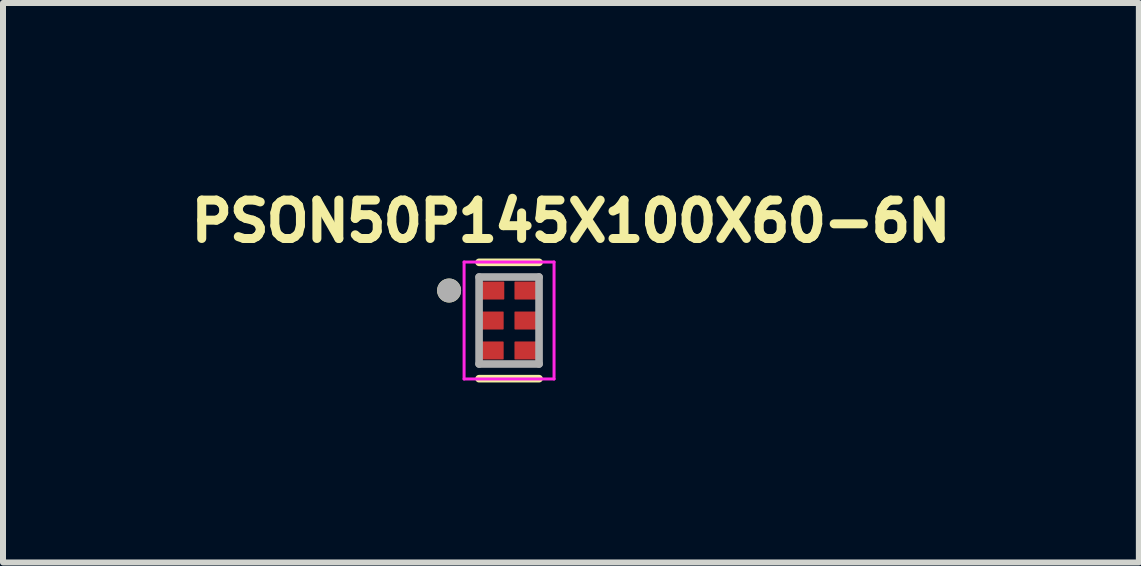
<source format=kicad_pcb>
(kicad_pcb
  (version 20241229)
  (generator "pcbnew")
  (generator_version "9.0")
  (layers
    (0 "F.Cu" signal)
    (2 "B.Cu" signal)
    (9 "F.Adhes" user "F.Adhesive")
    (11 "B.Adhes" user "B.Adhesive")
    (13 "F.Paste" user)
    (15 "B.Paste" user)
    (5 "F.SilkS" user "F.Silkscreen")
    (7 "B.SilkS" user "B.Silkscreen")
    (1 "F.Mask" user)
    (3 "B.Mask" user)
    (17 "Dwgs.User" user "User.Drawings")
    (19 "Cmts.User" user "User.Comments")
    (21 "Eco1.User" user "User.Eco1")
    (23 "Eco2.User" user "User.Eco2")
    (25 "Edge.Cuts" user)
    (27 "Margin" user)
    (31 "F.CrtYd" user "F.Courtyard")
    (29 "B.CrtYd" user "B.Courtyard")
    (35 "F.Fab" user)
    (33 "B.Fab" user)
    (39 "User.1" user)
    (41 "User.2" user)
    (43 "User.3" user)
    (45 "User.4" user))
  (footprint "PSON50P145X100X60-6N"
    (layer "F.Cu")
    (at 5.438 2.294)
    (property "Reference" "PSON50P145X100X60-6N" (at 1.032 -1.656 0) (layer "F.SilkS") (effects (font (size 0.64 0.64) (thickness 0.15))))
    (attr smd)
    (fp_line (start -0.5 -0.97) (end 0.5 -0.97) (stroke (width 0.127) (type solid)) (layer "F.SilkS"))
    (fp_line (start -0.5 0.97) (end 0.5 0.97) (stroke (width 0.127) (type solid)) (layer "F.SilkS"))
    (fp_circle (center -1 -0.5) (end -0.9 -0.5) (stroke (width 0.2) (type solid)) (fill no) (layer "F.SilkS"))
    (fp_line (start -0.75 -0.975) (end 0.75 -0.975) (stroke (width 0.05) (type solid)) (layer "F.CrtYd"))
    (fp_line (start -0.75 0.975) (end -0.75 -0.975) (stroke (width 0.05) (type solid)) (layer "F.CrtYd"))
    (fp_line (start 0.75 -0.975) (end 0.75 0.975) (stroke (width 0.05) (type solid)) (layer "F.CrtYd"))
    (fp_line (start 0.75 0.975) (end -0.75 0.975) (stroke (width 0.05) (type solid)) (layer "F.CrtYd"))
    (fp_line (start -0.5 -0.725) (end -0.5 0.725) (stroke (width 0.127) (type solid)) (layer "F.Fab"))
    (fp_line (start -0.5 -0.725) (end 0.5 -0.725) (stroke (width 0.127) (type solid)) (layer "F.Fab"))
    (fp_line (start -0.5 0.725) (end 0.5 0.725) (stroke (width 0.127) (type solid)) (layer "F.Fab"))
    (fp_line (start 0.5 0.725) (end 0.5 -0.725) (stroke (width 0.127) (type solid)) (layer "F.Fab"))
    (fp_circle (center -1 -0.5) (end -0.9 -0.5) (stroke (width 0.2) (type solid)) (fill no) (layer "F.Fab"))
    (pad "1" smd roundrect (at -0.29 -0.5) (size 0.42 0.3) (layers "F.Cu" "F.Mask" "F.Paste") (roundrect_rratio 0.04))
    (pad "2" smd roundrect (at -0.295 0) (size 0.41 0.3) (layers "F.Cu" "F.Mask" "F.Paste") (roundrect_rratio 0.04))
    (pad "3" smd roundrect (at -0.295 0.5) (size 0.41 0.3) (layers "F.Cu" "F.Mask" "F.Paste") (roundrect_rratio 0.04))
    (pad "4" smd roundrect (at 0.295 0.5) (size 0.41 0.3) (layers "F.Cu" "F.Mask" "F.Paste") (roundrect_rratio 0.04))
    (pad "5" smd roundrect (at 0.295 0) (size 0.41 0.3) (layers "F.Cu" "F.Mask" "F.Paste") (roundrect_rratio 0.04))
    (pad "6" smd roundrect (at 0.295 -0.5) (size 0.41 0.3) (layers "F.Cu" "F.Mask" "F.Paste") (roundrect_rratio 0.04)))
  (gr_rect
    (start -3 -3)
    (end 15.939 6.328)
    (stroke (width 0.1) (type default))
    (fill no)
    (layer "Edge.Cuts")))
</source>
